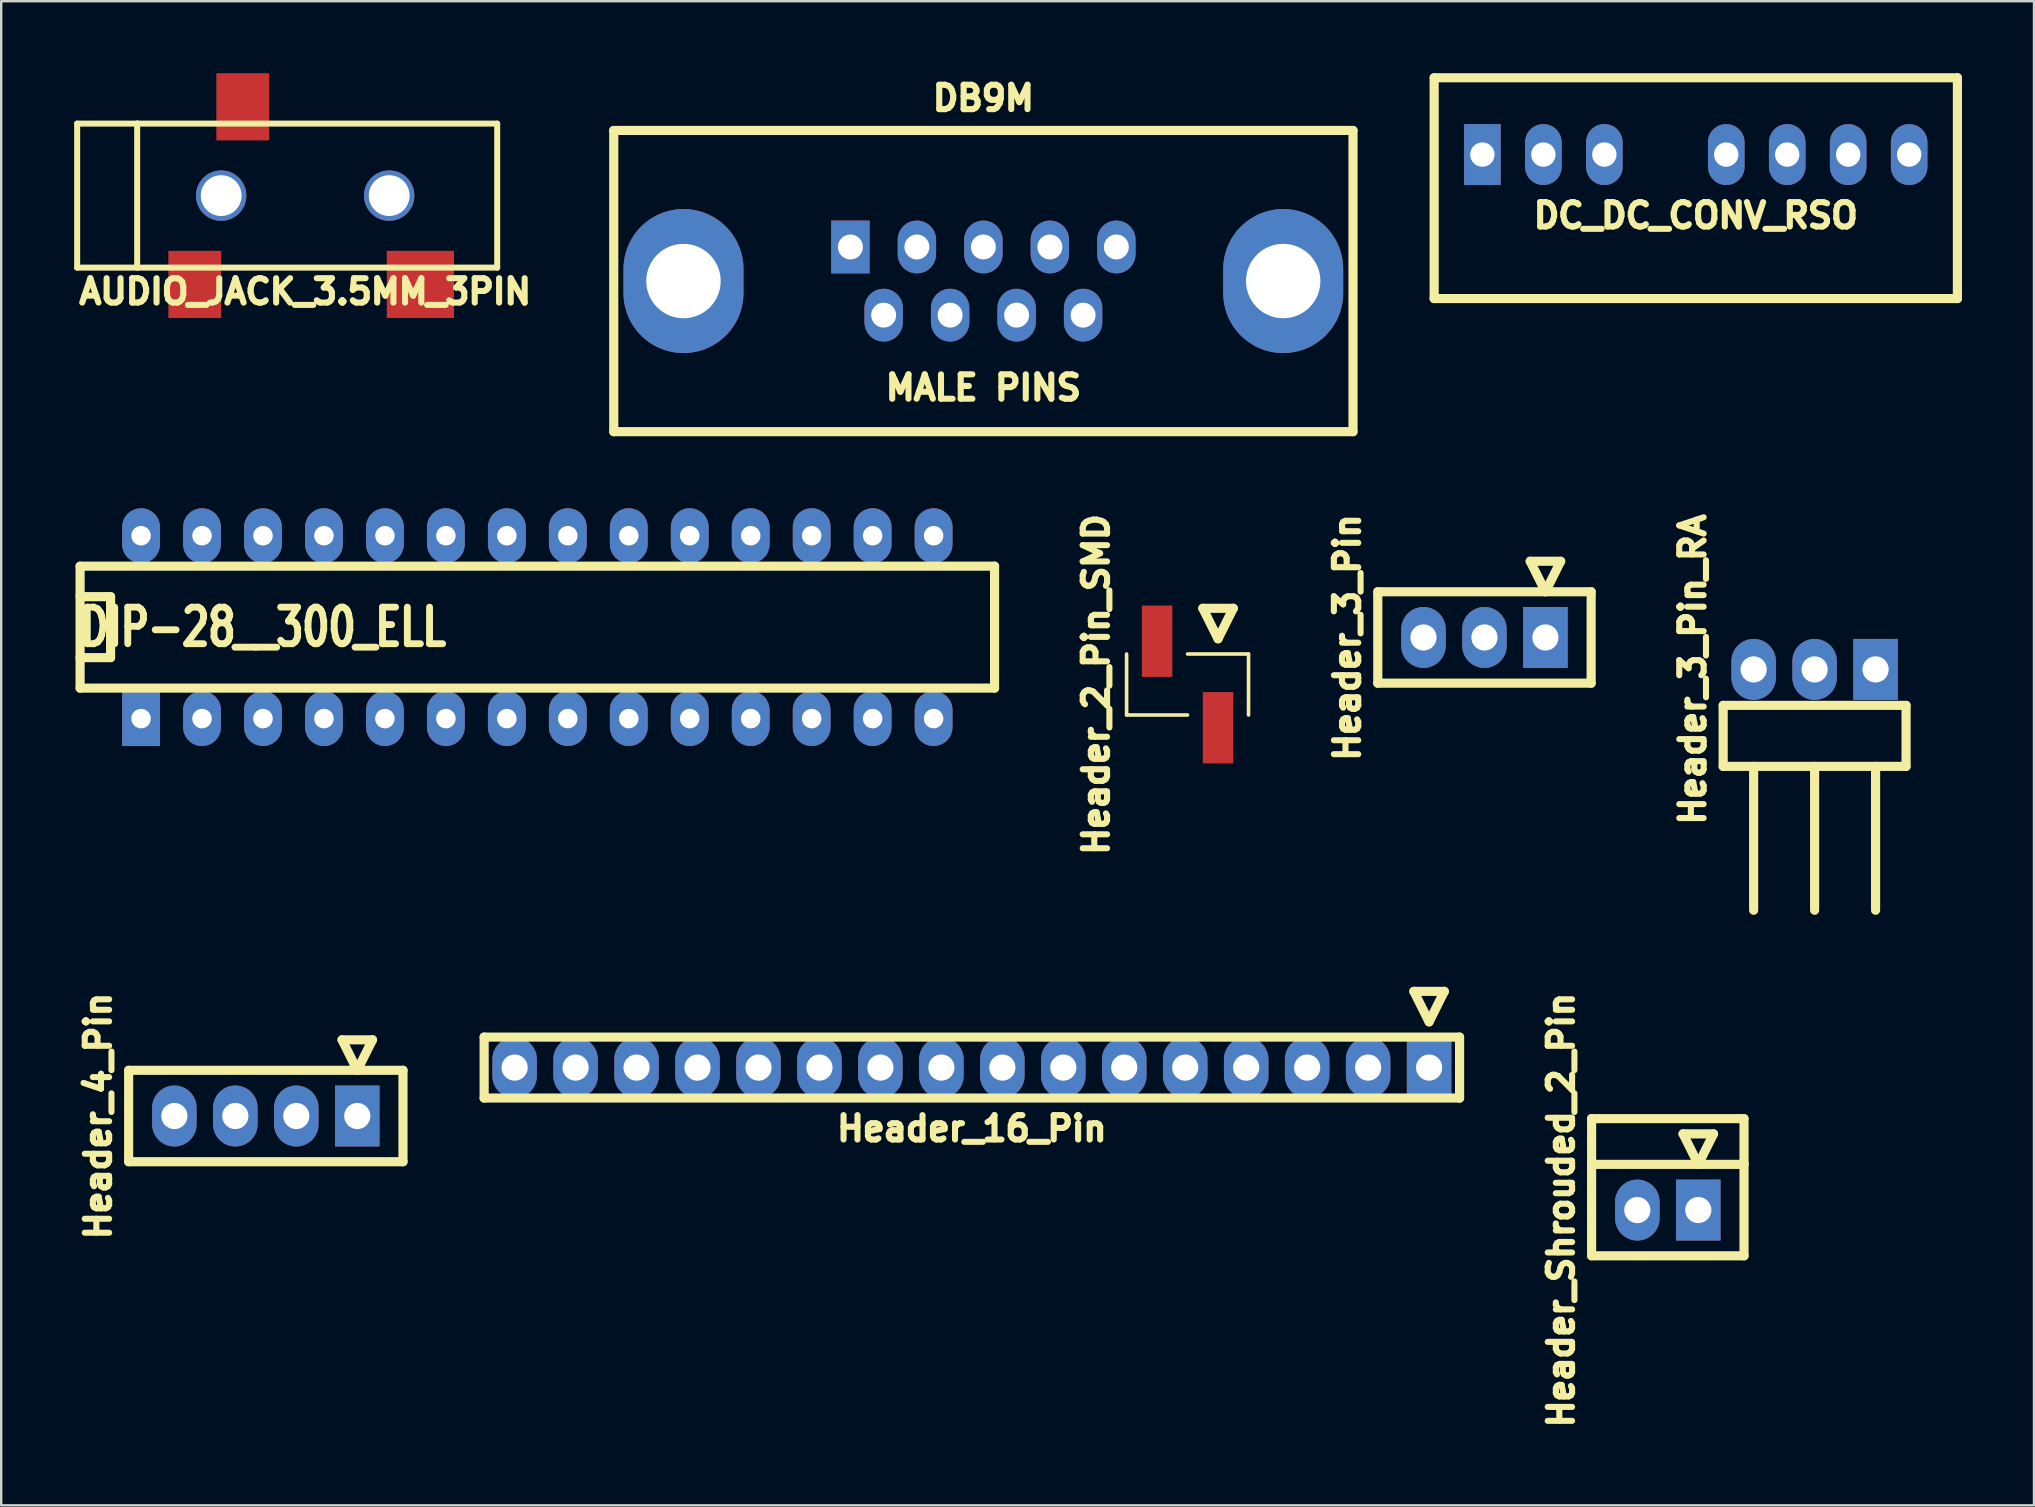
<source format=kicad_pcb>
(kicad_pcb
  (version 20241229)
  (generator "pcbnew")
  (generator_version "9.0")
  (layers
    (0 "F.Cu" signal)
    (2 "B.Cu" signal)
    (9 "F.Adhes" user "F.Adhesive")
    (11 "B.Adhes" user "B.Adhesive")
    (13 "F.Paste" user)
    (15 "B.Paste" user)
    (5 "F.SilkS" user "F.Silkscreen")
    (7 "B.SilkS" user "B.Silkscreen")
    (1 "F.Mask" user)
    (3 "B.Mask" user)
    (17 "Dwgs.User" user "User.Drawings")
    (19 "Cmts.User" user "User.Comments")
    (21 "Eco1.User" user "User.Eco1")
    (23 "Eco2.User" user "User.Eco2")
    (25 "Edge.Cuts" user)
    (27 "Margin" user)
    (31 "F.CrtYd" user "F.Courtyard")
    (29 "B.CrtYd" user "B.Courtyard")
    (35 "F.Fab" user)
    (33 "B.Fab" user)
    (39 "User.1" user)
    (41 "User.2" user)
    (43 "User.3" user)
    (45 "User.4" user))
  (footprint "Header_16_Pin"
    (layer "F.Cu")
    (at 37.441 41.429)
    (property "Reference" "Header_16_Pin" (at 0 2.54 180) (layer "F.SilkS") (effects (font (size 1.016 1.016) (thickness 0.254))))
    (attr through_hole)
    (fp_line (start -20.32 -1.27) (end -20.32 1.27) (stroke (width 0.381) (type solid)) (layer "F.SilkS"))
    (fp_line (start -20.32 1.27) (end 20.32 1.27) (stroke (width 0.381) (type solid)) (layer "F.SilkS"))
    (fp_line (start 18.415 -3.175) (end 19.05 -1.905) (stroke (width 0.381) (type solid)) (layer "F.SilkS"))
    (fp_line (start 19.05 -1.905) (end 19.685 -3.175) (stroke (width 0.381) (type solid)) (layer "F.SilkS"))
    (fp_line (start 19.685 -3.175) (end 18.415 -3.175) (stroke (width 0.381) (type solid)) (layer "F.SilkS"))
    (fp_line (start 20.32 -1.27) (end -20.32 -1.27) (stroke (width 0.381) (type solid)) (layer "F.SilkS"))
    (fp_line (start 20.32 1.27) (end 20.32 -1.27) (stroke (width 0.381) (type solid)) (layer "F.SilkS"))
    (pad "1" thru_hole rect (at 19.05 0) (size 1.854 2.54) (drill 1.092) (layers "*.Cu" "*.Mask"))
    (pad "2" thru_hole oval (at 16.51 0) (size 1.854 2.54) (drill 1.092) (layers "*.Cu" "*.Mask"))
    (pad "3" thru_hole oval (at 13.97 0) (size 1.854 2.54) (drill 1.092) (layers "*.Cu" "*.Mask"))
    (pad "4" thru_hole oval (at 11.43 0) (size 1.854 2.54) (drill 1.092) (layers "*.Cu" "*.Mask"))
    (pad "5" thru_hole oval (at 8.89 0) (size 1.854 2.54) (drill 1.092) (layers "*.Cu" "*.Mask"))
    (pad "6" thru_hole oval (at 6.35 0) (size 1.854 2.54) (drill 1.092) (layers "*.Cu" "*.Mask"))
    (pad "7" thru_hole oval (at 3.81 0) (size 1.854 2.54) (drill 1.092) (layers "*.Cu" "*.Mask"))
    (pad "8" thru_hole oval (at 1.27 0) (size 1.854 2.54) (drill 1.092) (layers "*.Cu" "*.Mask"))
    (pad "9" thru_hole oval (at -1.27 0) (size 1.854 2.54) (drill 1.092) (layers "*.Cu" "*.Mask"))
    (pad "10" thru_hole oval (at -3.81 0) (size 1.854 2.54) (drill 1.092) (layers "*.Cu" "*.Mask"))
    (pad "11" thru_hole oval (at -6.35 0) (size 1.854 2.54) (drill 1.092) (layers "*.Cu" "*.Mask"))
    (pad "12" thru_hole oval (at -8.89 0) (size 1.854 2.54) (drill 1.092) (layers "*.Cu" "*.Mask"))
    (pad "13" thru_hole oval (at -11.43 0) (size 1.854 2.54) (drill 1.092) (layers "*.Cu" "*.Mask"))
    (pad "14" thru_hole oval (at -13.97 0) (size 1.854 2.54) (drill 1.092) (layers "*.Cu" "*.Mask"))
    (pad "15" thru_hole oval (at -16.51 0) (size 1.854 2.54) (drill 1.092) (layers "*.Cu" "*.Mask"))
    (pad "16" thru_hole oval (at -19.05 0) (size 1.854 2.54) (drill 1.092) (layers "*.Cu" "*.Mask")))
  (footprint "Header_3_Pin_RA"
    (layer "F.Cu")
    (at 72.553 24.84)
    (property "Reference" "Header_3_Pin_RA" (at -5.08 0 90) (layer "F.SilkS") (effects (font (size 1.016 1.016) (thickness 0.254))))
    (attr through_hole)
    (fp_line (start -3.81 1.499) (end -3.81 4.039) (stroke (width 0.381) (type solid)) (layer "F.SilkS"))
    (fp_line (start -3.81 1.499) (end 3.81 1.499) (stroke (width 0.381) (type solid)) (layer "F.SilkS"))
    (fp_line (start -3.81 4.039) (end 3.81 4.039) (stroke (width 0.381) (type solid)) (layer "F.SilkS"))
    (fp_line (start -2.54 4.039) (end -2.54 10.033) (stroke (width 0.381) (type solid)) (layer "F.SilkS"))
    (fp_line (start 0 4.039) (end 0 10.033) (stroke (width 0.381) (type solid)) (layer "F.SilkS"))
    (fp_line (start 2.54 4.039) (end 2.54 10.033) (stroke (width 0.381) (type solid)) (layer "F.SilkS"))
    (fp_line (start 3.81 1.499) (end 3.81 4.039) (stroke (width 0.381) (type solid)) (layer "F.SilkS"))
    (pad "1" thru_hole rect (at 2.54 0) (size 1.854 2.54) (drill 1.092) (layers "*.Cu" "*.Mask"))
    (pad "2" thru_hole oval (at 0 0) (size 1.854 2.54) (drill 1.092) (layers "*.Cu" "*.Mask"))
    (pad "3" thru_hole oval (at -2.54 0) (size 1.854 2.54) (drill 1.092) (layers "*.Cu" "*.Mask")))
  (footprint "AUDIO_JACK_3.5MM_3PIN"
    (layer "F.Cu")
    (at 2.665 5.1)
    (property "Reference" "AUDIO_JACK_3.5MM_3PIN" (at 7 4 0) (layer "F.SilkS") (effects (font (size 1.016 1.016) (thickness 0.254))))
    (attr through_hole)
    (fp_line (start -2.5 -3) (end -2.5 3) (stroke (width 0.25) (type solid)) (layer "F.SilkS"))
    (fp_line (start -2.5 3) (end 0 3) (stroke (width 0.25) (type solid)) (layer "F.SilkS"))
    (fp_line (start 0 -3) (end -2.5 -3) (stroke (width 0.25) (type solid)) (layer "F.SilkS"))
    (fp_line (start 0 -3) (end 0 3) (stroke (width 0.25) (type solid)) (layer "F.SilkS"))
    (fp_line (start 0 3) (end 15 3) (stroke (width 0.25) (type solid)) (layer "F.SilkS"))
    (fp_line (start 15 -3) (end 0 -3) (stroke (width 0.25) (type solid)) (layer "F.SilkS"))
    (fp_line (start 15 3) (end 15 -3) (stroke (width 0.25) (type solid)) (layer "F.SilkS"))
    (pad "" thru_hole circle (at 3.5 0) (size 2.1 2.1) (drill 1.7) (layers "*.Cu" "*.Mask"))
    (pad "" thru_hole circle (at 10.5 0) (size 2.1 2.1) (drill 1.7) (layers "*.Cu" "*.Mask"))
    (pad "1" smd rect (at 2.4 3.7) (size 2.2 2.8) (layers "F.Cu" "F.Mask" "F.Paste"))
    (pad "2" smd rect (at 11.8 3.7) (size 2.8 2.8) (layers "F.Cu" "F.Mask" "F.Paste"))
    (pad "3" smd rect (at 4.4 -3.7) (size 2.2 2.8) (layers "F.Cu" "F.Mask" "F.Paste")))
  (footprint "DIP-28__300_ELL"
    (layer "F.Cu")
    (at 19.337 23.079)
    (property "Reference" "DIP-28__300_ELL" (at -11.43 0 0) (layer "F.SilkS") (effects (font (size 1.524 1.143) (thickness 0.287))))
    (attr through_hole)
    (fp_line (start -19.05 -2.54) (end 19.05 -2.54) (stroke (width 0.381) (type solid)) (layer "F.SilkS"))
    (fp_line (start -19.05 -1.27) (end -17.78 -1.27) (stroke (width 0.381) (type solid)) (layer "F.SilkS"))
    (fp_line (start -19.05 2.54) (end -19.05 -2.54) (stroke (width 0.381) (type solid)) (layer "F.SilkS"))
    (fp_line (start -17.78 -1.27) (end -17.78 1.27) (stroke (width 0.381) (type solid)) (layer "F.SilkS"))
    (fp_line (start -17.78 1.27) (end -19.05 1.27) (stroke (width 0.381) (type solid)) (layer "F.SilkS"))
    (fp_line (start 19.05 -2.54) (end 19.05 2.54) (stroke (width 0.381) (type solid)) (layer "F.SilkS"))
    (fp_line (start 19.05 2.54) (end -19.05 2.54) (stroke (width 0.381) (type solid)) (layer "F.SilkS"))
    (pad "1" thru_hole rect (at -16.51 3.81) (size 1.575 2.286) (drill 0.813) (layers "*.Cu" "*.Mask"))
    (pad "2" thru_hole oval (at -13.97 3.81) (size 1.575 2.286) (drill 0.813) (layers "*.Cu" "*.Mask"))
    (pad "3" thru_hole oval (at -11.43 3.81) (size 1.575 2.286) (drill 0.813) (layers "*.Cu" "*.Mask"))
    (pad "4" thru_hole oval (at -8.89 3.81) (size 1.575 2.286) (drill 0.813) (layers "*.Cu" "*.Mask"))
    (pad "5" thru_hole oval (at -6.35 3.81) (size 1.575 2.286) (drill 0.813) (layers "*.Cu" "*.Mask"))
    (pad "6" thru_hole oval (at -3.81 3.81) (size 1.575 2.286) (drill 0.813) (layers "*.Cu" "*.Mask"))
    (pad "7" thru_hole oval (at -1.27 3.81) (size 1.575 2.286) (drill 0.813) (layers "*.Cu" "*.Mask"))
    (pad "8" thru_hole oval (at 1.27 3.81) (size 1.575 2.286) (drill 0.813) (layers "*.Cu" "*.Mask"))
    (pad "9" thru_hole oval (at 3.81 3.81) (size 1.575 2.286) (drill 0.813) (layers "*.Cu" "*.Mask"))
    (pad "10" thru_hole oval (at 6.35 3.81) (size 1.575 2.286) (drill 0.813) (layers "*.Cu" "*.Mask"))
    (pad "11" thru_hole oval (at 8.89 3.81) (size 1.575 2.286) (drill 0.813) (layers "*.Cu" "*.Mask"))
    (pad "12" thru_hole oval (at 11.43 3.81) (size 1.575 2.286) (drill 0.813) (layers "*.Cu" "*.Mask"))
    (pad "13" thru_hole oval (at 13.97 3.81) (size 1.575 2.286) (drill 0.813) (layers "*.Cu" "*.Mask"))
    (pad "14" thru_hole oval (at 16.51 3.81) (size 1.575 2.286) (drill 0.813) (layers "*.Cu" "*.Mask"))
    (pad "15" thru_hole oval (at 16.51 -3.81) (size 1.575 2.286) (drill 0.813) (layers "*.Cu" "*.Mask"))
    (pad "16" thru_hole oval (at 13.97 -3.81) (size 1.575 2.286) (drill 0.813) (layers "*.Cu" "*.Mask"))
    (pad "17" thru_hole oval (at 11.43 -3.81) (size 1.575 2.286) (drill 0.813) (layers "*.Cu" "*.Mask"))
    (pad "18" thru_hole oval (at 8.89 -3.81) (size 1.575 2.286) (drill 0.813) (layers "*.Cu" "*.Mask"))
    (pad "19" thru_hole oval (at 6.35 -3.81) (size 1.575 2.286) (drill 0.813) (layers "*.Cu" "*.Mask"))
    (pad "20" thru_hole oval (at 3.81 -3.81) (size 1.575 2.286) (drill 0.813) (layers "*.Cu" "*.Mask"))
    (pad "21" thru_hole oval (at 1.27 -3.81) (size 1.575 2.286) (drill 0.813) (layers "*.Cu" "*.Mask"))
    (pad "22" thru_hole oval (at -1.27 -3.81) (size 1.575 2.286) (drill 0.813) (layers "*.Cu" "*.Mask"))
    (pad "23" thru_hole oval (at -3.81 -3.81) (size 1.575 2.286) (drill 0.813) (layers "*.Cu" "*.Mask"))
    (pad "24" thru_hole oval (at -6.35 -3.81) (size 1.575 2.286) (drill 0.813) (layers "*.Cu" "*.Mask"))
    (pad "25" thru_hole oval (at -8.89 -3.81) (size 1.575 2.286) (drill 0.813) (layers "*.Cu" "*.Mask"))
    (pad "26" thru_hole oval (at -11.43 -3.81) (size 1.575 2.286) (drill 0.813) (layers "*.Cu" "*.Mask"))
    (pad "27" thru_hole oval (at -13.97 -3.81) (size 1.575 2.286) (drill 0.813) (layers "*.Cu" "*.Mask"))
    (pad "28" thru_hole oval (at -16.51 -3.81) (size 1.575 2.286) (drill 0.813) (layers "*.Cu" "*.Mask")))
  (footprint "Header_Shrouded_2_Pin"
    (layer "F.Cu")
    (at 66.437 47.366)
    (property "Reference" "Header_Shrouded_2_Pin" (at -4.445 0 90) (layer "F.SilkS") (effects (font (size 1.016 1.016) (thickness 0.254))))
    (attr through_hole)
    (fp_line (start -3.175 -3.81) (end -3.175 -1.905) (stroke (width 0.381) (type solid)) (layer "F.SilkS"))
    (fp_line (start -3.175 -3.81) (end 3.175 -3.81) (stroke (width 0.381) (type solid)) (layer "F.SilkS"))
    (fp_line (start -3.175 -1.905) (end -3.175 1.905) (stroke (width 0.381) (type solid)) (layer "F.SilkS"))
    (fp_line (start -3.175 -1.905) (end 3.175 -1.905) (stroke (width 0.381) (type solid)) (layer "F.SilkS"))
    (fp_line (start -3.175 1.905) (end 3.175 1.905) (stroke (width 0.381) (type solid)) (layer "F.SilkS"))
    (fp_line (start 0.635 -3.175) (end 1.27 -1.905) (stroke (width 0.381) (type solid)) (layer "F.SilkS"))
    (fp_line (start 1.27 -1.905) (end 1.905 -3.175) (stroke (width 0.381) (type solid)) (layer "F.SilkS"))
    (fp_line (start 1.905 -3.175) (end 0.635 -3.175) (stroke (width 0.381) (type solid)) (layer "F.SilkS"))
    (fp_line (start 3.175 -3.81) (end 3.175 -1.905) (stroke (width 0.381) (type solid)) (layer "F.SilkS"))
    (fp_line (start 3.175 1.905) (end 3.175 -1.905) (stroke (width 0.381) (type solid)) (layer "F.SilkS"))
    (pad "1" thru_hole rect (at 1.27 0) (size 1.854 2.54) (drill 1.092) (layers "*.Cu" "*.Mask"))
    (pad "2" thru_hole oval (at -1.27 0) (size 1.854 2.54) (drill 1.092) (layers "*.Cu" "*.Mask")))
  (footprint "DC_DC_CONV_RSO"
    (layer "F.Cu")
    (at 67.602 3.39)
    (property "Reference" "DC_DC_CONV_RSO" (at 0 2.54 0) (layer "F.SilkS") (effects (font (size 1.016 1.016) (thickness 0.254))))
    (attr through_hole)
    (fp_line (start -10.9 -3.2) (end -10.9 6) (stroke (width 0.381) (type solid)) (layer "F.SilkS"))
    (fp_line (start -10.9 6) (end 10.9 6) (stroke (width 0.381) (type solid)) (layer "F.SilkS"))
    (fp_line (start 10.9 -3.2) (end -10.9 -3.2) (stroke (width 0.381) (type solid)) (layer "F.SilkS"))
    (fp_line (start 10.9 6) (end 10.9 -3.2) (stroke (width 0.381) (type solid)) (layer "F.SilkS"))
    (pad "1" thru_hole rect (at -8.89 0) (size 1.524 2.54) (drill 1.016) (layers "*.Cu" "*.Mask"))
    (pad "2" thru_hole oval (at -6.35 0) (size 1.524 2.54) (drill 1.016) (layers "*.Cu" "*.Mask"))
    (pad "3" thru_hole oval (at -3.81 0) (size 1.524 2.54) (drill 1.016) (layers "*.Cu" "*.Mask"))
    (pad "5" thru_hole oval (at 1.27 0) (size 1.524 2.54) (drill 1.016) (layers "*.Cu" "*.Mask"))
    (pad "6" thru_hole oval (at 3.81 0) (size 1.524 2.54) (drill 1.016) (layers "*.Cu" "*.Mask"))
    (pad "7" thru_hole oval (at 6.35 0) (size 1.524 2.54) (drill 1.016) (layers "*.Cu" "*.Mask"))
    (pad "8" thru_hole oval (at 8.89 0) (size 1.524 2.54) (drill 1.016) (layers "*.Cu" "*.Mask")))
  (footprint "Header_4_Pin"
    (layer "F.Cu")
    (at 8.025 43.447)
    (property "Reference" "Header_4_Pin" (at -6.985 0 90) (layer "F.SilkS") (effects (font (size 1.016 1.016) (thickness 0.254))))
    (attr through_hole)
    (fp_line (start -5.715 -1.905) (end -5.715 1.905) (stroke (width 0.381) (type solid)) (layer "F.SilkS"))
    (fp_line (start 3.175 -3.175) (end 3.81 -1.905) (stroke (width 0.381) (type solid)) (layer "F.SilkS"))
    (fp_line (start 3.81 -1.905) (end 4.445 -3.175) (stroke (width 0.381) (type solid)) (layer "F.SilkS"))
    (fp_line (start 4.445 -3.175) (end 3.175 -3.175) (stroke (width 0.381) (type solid)) (layer "F.SilkS"))
    (fp_line (start 5.715 -1.905) (end -5.715 -1.905) (stroke (width 0.381) (type solid)) (layer "F.SilkS"))
    (fp_line (start 5.715 1.905) (end -5.715 1.905) (stroke (width 0.381) (type solid)) (layer "F.SilkS"))
    (fp_line (start 5.715 1.905) (end 5.715 -1.905) (stroke (width 0.381) (type solid)) (layer "F.SilkS"))
    (pad "1" thru_hole rect (at 3.81 0) (size 1.854 2.54) (drill 1.092) (layers "*.Cu" "*.Mask"))
    (pad "2" thru_hole oval (at 1.27 0) (size 1.854 2.54) (drill 1.092) (layers "*.Cu" "*.Mask"))
    (pad "3" thru_hole oval (at -1.27 0) (size 1.854 2.54) (drill 1.092) (layers "*.Cu" "*.Mask"))
    (pad "4" thru_hole oval (at -3.81 0) (size 1.854 2.54) (drill 1.092) (layers "*.Cu" "*.Mask")))
  (footprint "Header_3_Pin"
    (layer "F.Cu")
    (at 58.798 23.509)
    (property "Reference" "Header_3_Pin" (at -5.715 0 90) (layer "F.SilkS") (effects (font (size 1.016 1.016) (thickness 0.254))))
    (attr through_hole)
    (fp_line (start -4.445 -1.905) (end -4.445 1.905) (stroke (width 0.381) (type solid)) (layer "F.SilkS"))
    (fp_line (start -4.445 -1.905) (end 4.445 -1.905) (stroke (width 0.381) (type solid)) (layer "F.SilkS"))
    (fp_line (start -4.445 1.905) (end 4.445 1.905) (stroke (width 0.381) (type solid)) (layer "F.SilkS"))
    (fp_line (start 1.905 -3.175) (end 2.54 -1.905) (stroke (width 0.381) (type solid)) (layer "F.SilkS"))
    (fp_line (start 2.54 -1.905) (end 3.175 -3.175) (stroke (width 0.381) (type solid)) (layer "F.SilkS"))
    (fp_line (start 3.175 -3.175) (end 1.905 -3.175) (stroke (width 0.381) (type solid)) (layer "F.SilkS"))
    (fp_line (start 4.445 1.905) (end 4.445 -1.905) (stroke (width 0.381) (type solid)) (layer "F.SilkS"))
    (pad "1" thru_hole rect (at 2.54 0) (size 1.854 2.54) (drill 1.092) (layers "*.Cu" "*.Mask"))
    (pad "2" thru_hole oval (at 0 0) (size 1.854 2.54) (drill 1.092) (layers "*.Cu" "*.Mask"))
    (pad "3" thru_hole oval (at -2.54 0) (size 1.854 2.54) (drill 1.092) (layers "*.Cu" "*.Mask")))
  (footprint "DB9M"
    (layer "F.Cu")
    (at 37.921 8.66)
    (property "Reference" "DB9M" (at 0 -7.62 0) (layer "F.SilkS") (effects (font (size 1.016 1.016) (thickness 0.254))))
    (attr through_hole)
    (fp_line (start -15.4 -6.275) (end -15.4 6.275) (stroke (width 0.381) (type solid)) (layer "F.SilkS"))
    (fp_line (start -15.4 6.275) (end 15.4 6.275) (stroke (width 0.381) (type solid)) (layer "F.SilkS"))
    (fp_line (start 15.4 -6.275) (end -15.4 -6.275) (stroke (width 0.381) (type solid)) (layer "F.SilkS"))
    (fp_line (start 15.4 6.275) (end 15.4 -6.275) (stroke (width 0.381) (type solid)) (layer "F.SilkS"))
    (fp_text user "MALE PINS" (at 0 4.445 0) (layer "F.SilkS") (effects (font (size 1.016 1.016) (thickness 0.254))))
    (pad "" thru_hole oval (at -12.495 0) (size 5 6) (drill 3.1) (layers "*.Cu" "*.Mask"))
    (pad "" thru_hole oval (at 12.492 0) (size 5 6) (drill 3.1) (layers "*.Cu" "*.Mask"))
    (pad "1" thru_hole rect (at -5.54 -1.42) (size 1.6 2.2) (drill 1.04) (layers "*.Cu" "*.Mask"))
    (pad "2" thru_hole oval (at -2.77 -1.42) (size 1.6 2.2) (drill 1.04) (layers "*.Cu" "*.Mask"))
    (pad "3" thru_hole oval (at 0 -1.42) (size 1.6 2.2) (drill 1.04) (layers "*.Cu" "*.Mask"))
    (pad "4" thru_hole oval (at 2.77 -1.42) (size 1.6 2.2) (drill 1.04) (layers "*.Cu" "*.Mask"))
    (pad "5" thru_hole oval (at 5.54 -1.42) (size 1.6 2.2) (drill 1.04) (layers "*.Cu" "*.Mask"))
    (pad "6" thru_hole oval (at -4.155 1.42) (size 1.6 2.2) (drill 1.04) (layers "*.Cu" "*.Mask"))
    (pad "7" thru_hole oval (at -1.385 1.42) (size 1.6 2.2) (drill 1.04) (layers "*.Cu" "*.Mask"))
    (pad "8" thru_hole oval (at 1.385 1.42) (size 1.6 2.2) (drill 1.04) (layers "*.Cu" "*.Mask"))
    (pad "9" thru_hole oval (at 4.155 1.42) (size 1.6 2.2) (drill 1.04) (layers "*.Cu" "*.Mask")))
  (footprint "Header_2_Pin_SMD"
    (layer "F.Cu")
    (at 46.428 25.469)
    (property "Reference" "Header_2_Pin_SMD" (at -3.81 0 90) (layer "F.SilkS") (effects (font (size 1.016 1.016) (thickness 0.254))))
    (attr through_hole)
    (fp_line (start -2.54 1.27) (end -2.54 -1.27) (stroke (width 0.15) (type solid)) (layer "F.SilkS"))
    (fp_line (start 0 1.27) (end -2.54 1.27) (stroke (width 0.15) (type solid)) (layer "F.SilkS"))
    (fp_line (start 0.635 -3.175) (end 1.27 -1.905) (stroke (width 0.381) (type solid)) (layer "F.SilkS"))
    (fp_line (start 1.27 -1.905) (end 1.905 -3.175) (stroke (width 0.381) (type solid)) (layer "F.SilkS"))
    (fp_line (start 1.905 -3.175) (end 0.635 -3.175) (stroke (width 0.381) (type solid)) (layer "F.SilkS"))
    (fp_line (start 2.54 -1.27) (end 0 -1.27) (stroke (width 0.15) (type solid)) (layer "F.SilkS"))
    (fp_line (start 2.54 1.27) (end 2.54 -1.27) (stroke (width 0.15) (type solid)) (layer "F.SilkS"))
    (pad "1" smd rect (at 1.27 1.803) (size 1.27 2.972) (layers "F.Cu" "F.Mask" "F.Paste"))
    (pad "2" smd rect (at -1.27 -1.803) (size 1.27 2.972) (layers "F.Cu" "F.Mask" "F.Paste")))
  (gr_rect
    (start -3 -3)
    (end 81.693 59.668)
    (stroke (width 0.1) (type default))
    (fill no)
    (layer "Edge.Cuts")))
</source>
